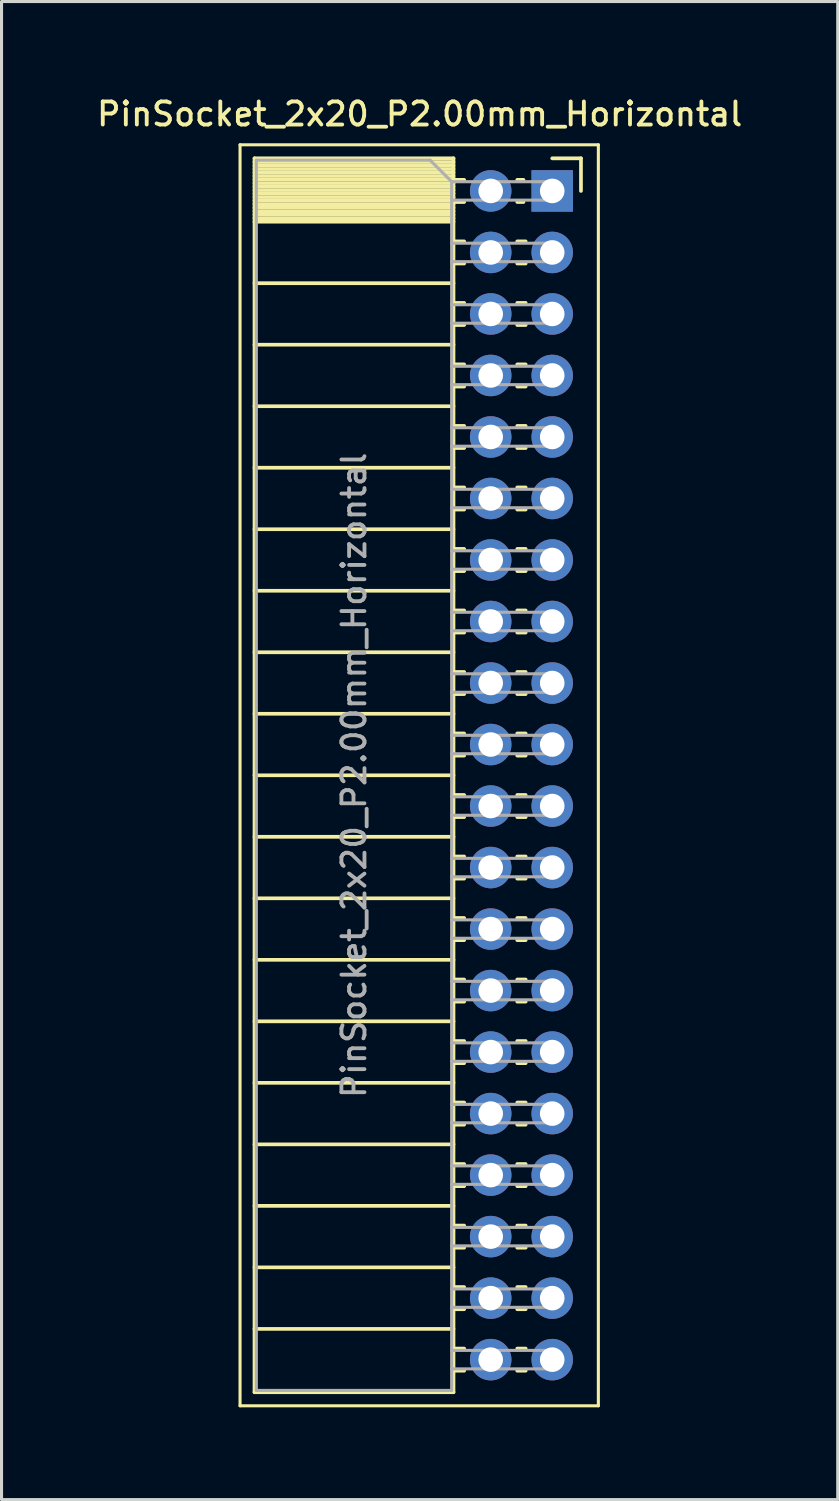
<source format=kicad_pcb>
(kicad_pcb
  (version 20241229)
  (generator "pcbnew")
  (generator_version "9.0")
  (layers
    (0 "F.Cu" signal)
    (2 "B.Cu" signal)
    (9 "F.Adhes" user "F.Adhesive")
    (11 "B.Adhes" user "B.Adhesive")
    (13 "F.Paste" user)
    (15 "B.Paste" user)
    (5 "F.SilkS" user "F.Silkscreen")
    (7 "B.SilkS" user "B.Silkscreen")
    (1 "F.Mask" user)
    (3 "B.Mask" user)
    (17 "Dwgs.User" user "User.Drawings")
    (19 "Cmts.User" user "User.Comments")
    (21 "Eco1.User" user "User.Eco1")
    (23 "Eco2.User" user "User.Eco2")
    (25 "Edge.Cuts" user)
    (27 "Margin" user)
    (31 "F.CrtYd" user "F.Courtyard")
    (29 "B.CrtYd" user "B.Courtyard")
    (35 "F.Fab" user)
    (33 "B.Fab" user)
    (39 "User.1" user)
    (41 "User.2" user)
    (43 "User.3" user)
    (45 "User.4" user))
  (footprint "PinSocket_2x20_P2.00mm_Horizontal"
    (layer "F.Cu")
    (at 14.905 3.158)
    (property "Reference" "PinSocket_2x20_P2.00mm_Horizontal" (at -4.31 -2.5 0) (layer "F.SilkS") (effects (font (size 0.75 0.75) (thickness 0.125))))
    (attr through_hole)
    (fp_line (start -10.15 -1.5) (end -10.15 39.5) (stroke (width 0.1) (type solid)) (layer "F.SilkS"))
    (fp_line (start -10.15 39.5) (end 1.5 39.5) (stroke (width 0.1) (type solid)) (layer "F.SilkS"))
    (fp_line (start -9.68 -1.06) (end -9.68 39.06) (stroke (width 0.12) (type solid)) (layer "F.SilkS"))
    (fp_line (start -9.68 -1.06) (end -3.21 -1.06) (stroke (width 0.12) (type solid)) (layer "F.SilkS"))
    (fp_line (start -9.68 -0.94) (end -3.21 -0.94) (stroke (width 0.12) (type solid)) (layer "F.SilkS"))
    (fp_line (start -9.68 -0.826) (end -3.21 -0.826) (stroke (width 0.12) (type solid)) (layer "F.SilkS"))
    (fp_line (start -9.68 -0.712) (end -3.21 -0.712) (stroke (width 0.12) (type solid)) (layer "F.SilkS"))
    (fp_line (start -9.68 -0.598) (end -3.21 -0.598) (stroke (width 0.12) (type solid)) (layer "F.SilkS"))
    (fp_line (start -9.68 -0.484) (end -3.21 -0.484) (stroke (width 0.12) (type solid)) (layer "F.SilkS"))
    (fp_line (start -9.68 -0.369) (end -3.21 -0.369) (stroke (width 0.12) (type solid)) (layer "F.SilkS"))
    (fp_line (start -9.68 -0.255) (end -3.21 -0.255) (stroke (width 0.12) (type solid)) (layer "F.SilkS"))
    (fp_line (start -9.68 -0.141) (end -3.21 -0.141) (stroke (width 0.12) (type solid)) (layer "F.SilkS"))
    (fp_line (start -9.68 -0.027) (end -3.21 -0.027) (stroke (width 0.12) (type solid)) (layer "F.SilkS"))
    (fp_line (start -9.68 0.087) (end -3.21 0.087) (stroke (width 0.12) (type solid)) (layer "F.SilkS"))
    (fp_line (start -9.68 0.201) (end -3.21 0.201) (stroke (width 0.12) (type solid)) (layer "F.SilkS"))
    (fp_line (start -9.68 0.315) (end -3.21 0.315) (stroke (width 0.12) (type solid)) (layer "F.SilkS"))
    (fp_line (start -9.68 0.429) (end -3.21 0.429) (stroke (width 0.12) (type solid)) (layer "F.SilkS"))
    (fp_line (start -9.68 0.544) (end -3.21 0.544) (stroke (width 0.12) (type solid)) (layer "F.SilkS"))
    (fp_line (start -9.68 0.658) (end -3.21 0.658) (stroke (width 0.12) (type solid)) (layer "F.SilkS"))
    (fp_line (start -9.68 0.772) (end -3.21 0.772) (stroke (width 0.12) (type solid)) (layer "F.SilkS"))
    (fp_line (start -9.68 0.886) (end -3.21 0.886) (stroke (width 0.12) (type solid)) (layer "F.SilkS"))
    (fp_line (start -9.68 1) (end -3.21 1) (stroke (width 0.12) (type solid)) (layer "F.SilkS"))
    (fp_line (start -9.68 3) (end -3.21 3) (stroke (width 0.12) (type solid)) (layer "F.SilkS"))
    (fp_line (start -9.68 5) (end -3.21 5) (stroke (width 0.12) (type solid)) (layer "F.SilkS"))
    (fp_line (start -9.68 7) (end -3.21 7) (stroke (width 0.12) (type solid)) (layer "F.SilkS"))
    (fp_line (start -9.68 9) (end -3.21 9) (stroke (width 0.12) (type solid)) (layer "F.SilkS"))
    (fp_line (start -9.68 11) (end -3.21 11) (stroke (width 0.12) (type solid)) (layer "F.SilkS"))
    (fp_line (start -9.68 13) (end -3.21 13) (stroke (width 0.12) (type solid)) (layer "F.SilkS"))
    (fp_line (start -9.68 15) (end -3.21 15) (stroke (width 0.12) (type solid)) (layer "F.SilkS"))
    (fp_line (start -9.68 17) (end -3.21 17) (stroke (width 0.12) (type solid)) (layer "F.SilkS"))
    (fp_line (start -9.68 19) (end -3.21 19) (stroke (width 0.12) (type solid)) (layer "F.SilkS"))
    (fp_line (start -9.68 21) (end -3.21 21) (stroke (width 0.12) (type solid)) (layer "F.SilkS"))
    (fp_line (start -9.68 23) (end -3.21 23) (stroke (width 0.12) (type solid)) (layer "F.SilkS"))
    (fp_line (start -9.68 25) (end -3.21 25) (stroke (width 0.12) (type solid)) (layer "F.SilkS"))
    (fp_line (start -9.68 27) (end -3.21 27) (stroke (width 0.12) (type solid)) (layer "F.SilkS"))
    (fp_line (start -9.68 29) (end -3.21 29) (stroke (width 0.12) (type solid)) (layer "F.SilkS"))
    (fp_line (start -9.68 31) (end -3.21 31) (stroke (width 0.12) (type solid)) (layer "F.SilkS"))
    (fp_line (start -9.68 33) (end -3.21 33) (stroke (width 0.12) (type solid)) (layer "F.SilkS"))
    (fp_line (start -9.68 35) (end -3.21 35) (stroke (width 0.12) (type solid)) (layer "F.SilkS"))
    (fp_line (start -9.68 37) (end -3.21 37) (stroke (width 0.12) (type solid)) (layer "F.SilkS"))
    (fp_line (start -9.68 39.06) (end -3.21 39.06) (stroke (width 0.12) (type solid)) (layer "F.SilkS"))
    (fp_line (start -3.21 -1.06) (end -3.21 39.06) (stroke (width 0.12) (type solid)) (layer "F.SilkS"))
    (fp_line (start -3.21 -0.36) (end -2.863 -0.36) (stroke (width 0.12) (type solid)) (layer "F.SilkS"))
    (fp_line (start -3.21 0.36) (end -2.863 0.36) (stroke (width 0.12) (type solid)) (layer "F.SilkS"))
    (fp_line (start -3.21 1.64) (end -2.863 1.64) (stroke (width 0.12) (type solid)) (layer "F.SilkS"))
    (fp_line (start -3.21 2.36) (end -2.863 2.36) (stroke (width 0.12) (type solid)) (layer "F.SilkS"))
    (fp_line (start -3.21 3.64) (end -2.863 3.64) (stroke (width 0.12) (type solid)) (layer "F.SilkS"))
    (fp_line (start -3.21 4.36) (end -2.863 4.36) (stroke (width 0.12) (type solid)) (layer "F.SilkS"))
    (fp_line (start -3.21 5.64) (end -2.863 5.64) (stroke (width 0.12) (type solid)) (layer "F.SilkS"))
    (fp_line (start -3.21 6.36) (end -2.863 6.36) (stroke (width 0.12) (type solid)) (layer "F.SilkS"))
    (fp_line (start -3.21 7.64) (end -2.863 7.64) (stroke (width 0.12) (type solid)) (layer "F.SilkS"))
    (fp_line (start -3.21 8.36) (end -2.863 8.36) (stroke (width 0.12) (type solid)) (layer "F.SilkS"))
    (fp_line (start -3.21 9.64) (end -2.863 9.64) (stroke (width 0.12) (type solid)) (layer "F.SilkS"))
    (fp_line (start -3.21 10.36) (end -2.863 10.36) (stroke (width 0.12) (type solid)) (layer "F.SilkS"))
    (fp_line (start -3.21 11.64) (end -2.863 11.64) (stroke (width 0.12) (type solid)) (layer "F.SilkS"))
    (fp_line (start -3.21 12.36) (end -2.863 12.36) (stroke (width 0.12) (type solid)) (layer "F.SilkS"))
    (fp_line (start -3.21 13.64) (end -2.863 13.64) (stroke (width 0.12) (type solid)) (layer "F.SilkS"))
    (fp_line (start -3.21 14.36) (end -2.863 14.36) (stroke (width 0.12) (type solid)) (layer "F.SilkS"))
    (fp_line (start -3.21 15.64) (end -2.863 15.64) (stroke (width 0.12) (type solid)) (layer "F.SilkS"))
    (fp_line (start -3.21 16.36) (end -2.863 16.36) (stroke (width 0.12) (type solid)) (layer "F.SilkS"))
    (fp_line (start -3.21 17.64) (end -2.863 17.64) (stroke (width 0.12) (type solid)) (layer "F.SilkS"))
    (fp_line (start -3.21 18.36) (end -2.863 18.36) (stroke (width 0.12) (type solid)) (layer "F.SilkS"))
    (fp_line (start -3.21 19.64) (end -2.863 19.64) (stroke (width 0.12) (type solid)) (layer "F.SilkS"))
    (fp_line (start -3.21 20.36) (end -2.863 20.36) (stroke (width 0.12) (type solid)) (layer "F.SilkS"))
    (fp_line (start -3.21 21.64) (end -2.863 21.64) (stroke (width 0.12) (type solid)) (layer "F.SilkS"))
    (fp_line (start -3.21 22.36) (end -2.863 22.36) (stroke (width 0.12) (type solid)) (layer "F.SilkS"))
    (fp_line (start -3.21 23.64) (end -2.863 23.64) (stroke (width 0.12) (type solid)) (layer "F.SilkS"))
    (fp_line (start -3.21 24.36) (end -2.863 24.36) (stroke (width 0.12) (type solid)) (layer "F.SilkS"))
    (fp_line (start -3.21 25.64) (end -2.863 25.64) (stroke (width 0.12) (type solid)) (layer "F.SilkS"))
    (fp_line (start -3.21 26.36) (end -2.863 26.36) (stroke (width 0.12) (type solid)) (layer "F.SilkS"))
    (fp_line (start -3.21 27.64) (end -2.863 27.64) (stroke (width 0.12) (type solid)) (layer "F.SilkS"))
    (fp_line (start -3.21 28.36) (end -2.863 28.36) (stroke (width 0.12) (type solid)) (layer "F.SilkS"))
    (fp_line (start -3.21 29.64) (end -2.863 29.64) (stroke (width 0.12) (type solid)) (layer "F.SilkS"))
    (fp_line (start -3.21 30.36) (end -2.863 30.36) (stroke (width 0.12) (type solid)) (layer "F.SilkS"))
    (fp_line (start -3.21 31.64) (end -2.863 31.64) (stroke (width 0.12) (type solid)) (layer "F.SilkS"))
    (fp_line (start -3.21 32.36) (end -2.863 32.36) (stroke (width 0.12) (type solid)) (layer "F.SilkS"))
    (fp_line (start -3.21 33.64) (end -2.863 33.64) (stroke (width 0.12) (type solid)) (layer "F.SilkS"))
    (fp_line (start -3.21 34.36) (end -2.863 34.36) (stroke (width 0.12) (type solid)) (layer "F.SilkS"))
    (fp_line (start -3.21 35.64) (end -2.863 35.64) (stroke (width 0.12) (type solid)) (layer "F.SilkS"))
    (fp_line (start -3.21 36.36) (end -2.863 36.36) (stroke (width 0.12) (type solid)) (layer "F.SilkS"))
    (fp_line (start -3.21 37.64) (end -2.863 37.64) (stroke (width 0.12) (type solid)) (layer "F.SilkS"))
    (fp_line (start -3.21 38.36) (end -2.863 38.36) (stroke (width 0.12) (type solid)) (layer "F.SilkS"))
    (fp_line (start -1.137 -0.36) (end -0.935 -0.36) (stroke (width 0.12) (type solid)) (layer "F.SilkS"))
    (fp_line (start -1.137 0.36) (end -0.935 0.36) (stroke (width 0.12) (type solid)) (layer "F.SilkS"))
    (fp_line (start -1.137 1.64) (end -0.863 1.64) (stroke (width 0.12) (type solid)) (layer "F.SilkS"))
    (fp_line (start -1.137 2.36) (end -0.863 2.36) (stroke (width 0.12) (type solid)) (layer "F.SilkS"))
    (fp_line (start -1.137 3.64) (end -0.863 3.64) (stroke (width 0.12) (type solid)) (layer "F.SilkS"))
    (fp_line (start -1.137 4.36) (end -0.863 4.36) (stroke (width 0.12) (type solid)) (layer "F.SilkS"))
    (fp_line (start -1.137 5.64) (end -0.863 5.64) (stroke (width 0.12) (type solid)) (layer "F.SilkS"))
    (fp_line (start -1.137 6.36) (end -0.863 6.36) (stroke (width 0.12) (type solid)) (layer "F.SilkS"))
    (fp_line (start -1.137 7.64) (end -0.863 7.64) (stroke (width 0.12) (type solid)) (layer "F.SilkS"))
    (fp_line (start -1.137 8.36) (end -0.863 8.36) (stroke (width 0.12) (type solid)) (layer "F.SilkS"))
    (fp_line (start -1.137 9.64) (end -0.863 9.64) (stroke (width 0.12) (type solid)) (layer "F.SilkS"))
    (fp_line (start -1.137 10.36) (end -0.863 10.36) (stroke (width 0.12) (type solid)) (layer "F.SilkS"))
    (fp_line (start -1.137 11.64) (end -0.863 11.64) (stroke (width 0.12) (type solid)) (layer "F.SilkS"))
    (fp_line (start -1.137 12.36) (end -0.863 12.36) (stroke (width 0.12) (type solid)) (layer "F.SilkS"))
    (fp_line (start -1.137 13.64) (end -0.863 13.64) (stroke (width 0.12) (type solid)) (layer "F.SilkS"))
    (fp_line (start -1.137 14.36) (end -0.863 14.36) (stroke (width 0.12) (type solid)) (layer "F.SilkS"))
    (fp_line (start -1.137 15.64) (end -0.863 15.64) (stroke (width 0.12) (type solid)) (layer "F.SilkS"))
    (fp_line (start -1.137 16.36) (end -0.863 16.36) (stroke (width 0.12) (type solid)) (layer "F.SilkS"))
    (fp_line (start -1.137 17.64) (end -0.863 17.64) (stroke (width 0.12) (type solid)) (layer "F.SilkS"))
    (fp_line (start -1.137 18.36) (end -0.863 18.36) (stroke (width 0.12) (type solid)) (layer "F.SilkS"))
    (fp_line (start -1.137 19.64) (end -0.863 19.64) (stroke (width 0.12) (type solid)) (layer "F.SilkS"))
    (fp_line (start -1.137 20.36) (end -0.863 20.36) (stroke (width 0.12) (type solid)) (layer "F.SilkS"))
    (fp_line (start -1.137 21.64) (end -0.863 21.64) (stroke (width 0.12) (type solid)) (layer "F.SilkS"))
    (fp_line (start -1.137 22.36) (end -0.863 22.36) (stroke (width 0.12) (type solid)) (layer "F.SilkS"))
    (fp_line (start -1.137 23.64) (end -0.863 23.64) (stroke (width 0.12) (type solid)) (layer "F.SilkS"))
    (fp_line (start -1.137 24.36) (end -0.863 24.36) (stroke (width 0.12) (type solid)) (layer "F.SilkS"))
    (fp_line (start -1.137 25.64) (end -0.863 25.64) (stroke (width 0.12) (type solid)) (layer "F.SilkS"))
    (fp_line (start -1.137 26.36) (end -0.863 26.36) (stroke (width 0.12) (type solid)) (layer "F.SilkS"))
    (fp_line (start -1.137 27.64) (end -0.863 27.64) (stroke (width 0.12) (type solid)) (layer "F.SilkS"))
    (fp_line (start -1.137 28.36) (end -0.863 28.36) (stroke (width 0.12) (type solid)) (layer "F.SilkS"))
    (fp_line (start -1.137 29.64) (end -0.863 29.64) (stroke (width 0.12) (type solid)) (layer "F.SilkS"))
    (fp_line (start -1.137 30.36) (end -0.863 30.36) (stroke (width 0.12) (type solid)) (layer "F.SilkS"))
    (fp_line (start -1.137 31.64) (end -0.863 31.64) (stroke (width 0.12) (type solid)) (layer "F.SilkS"))
    (fp_line (start -1.137 32.36) (end -0.863 32.36) (stroke (width 0.12) (type solid)) (layer "F.SilkS"))
    (fp_line (start -1.137 33.64) (end -0.863 33.64) (stroke (width 0.12) (type solid)) (layer "F.SilkS"))
    (fp_line (start -1.137 34.36) (end -0.863 34.36) (stroke (width 0.12) (type solid)) (layer "F.SilkS"))
    (fp_line (start -1.137 35.64) (end -0.863 35.64) (stroke (width 0.12) (type solid)) (layer "F.SilkS"))
    (fp_line (start -1.137 36.36) (end -0.863 36.36) (stroke (width 0.12) (type solid)) (layer "F.SilkS"))
    (fp_line (start -1.137 37.64) (end -0.863 37.64) (stroke (width 0.12) (type solid)) (layer "F.SilkS"))
    (fp_line (start -1.137 38.36) (end -0.863 38.36) (stroke (width 0.12) (type solid)) (layer "F.SilkS"))
    (fp_line (start 0 -1.06) (end 0.935 -1.06) (stroke (width 0.12) (type solid)) (layer "F.SilkS"))
    (fp_line (start 0.935 -1.06) (end 0.935 0) (stroke (width 0.12) (type solid)) (layer "F.SilkS"))
    (fp_line (start 1.5 -1.5) (end -10.15 -1.5) (stroke (width 0.1) (type solid)) (layer "F.SilkS"))
    (fp_line (start 1.5 39.5) (end 1.5 -1.5) (stroke (width 0.1) (type solid)) (layer "F.SilkS"))
    (fp_line (start -9.62 -1) (end -3.97 -1) (stroke (width 0.1) (type solid)) (layer "F.Fab"))
    (fp_line (start -9.62 39) (end -9.62 -1) (stroke (width 0.1) (type solid)) (layer "F.Fab"))
    (fp_line (start -3.97 -1) (end -3.27 -0.3) (stroke (width 0.1) (type solid)) (layer "F.Fab"))
    (fp_line (start -3.27 -0.3) (end -3.27 39) (stroke (width 0.1) (type solid)) (layer "F.Fab"))
    (fp_line (start -3.27 0.3) (end 0 0.3) (stroke (width 0.1) (type solid)) (layer "F.Fab"))
    (fp_line (start -3.27 2.3) (end 0 2.3) (stroke (width 0.1) (type solid)) (layer "F.Fab"))
    (fp_line (start -3.27 4.3) (end 0 4.3) (stroke (width 0.1) (type solid)) (layer "F.Fab"))
    (fp_line (start -3.27 6.3) (end 0 6.3) (stroke (width 0.1) (type solid)) (layer "F.Fab"))
    (fp_line (start -3.27 8.3) (end 0 8.3) (stroke (width 0.1) (type solid)) (layer "F.Fab"))
    (fp_line (start -3.27 10.3) (end 0 10.3) (stroke (width 0.1) (type solid)) (layer "F.Fab"))
    (fp_line (start -3.27 12.3) (end 0 12.3) (stroke (width 0.1) (type solid)) (layer "F.Fab"))
    (fp_line (start -3.27 14.3) (end 0 14.3) (stroke (width 0.1) (type solid)) (layer "F.Fab"))
    (fp_line (start -3.27 16.3) (end 0 16.3) (stroke (width 0.1) (type solid)) (layer "F.Fab"))
    (fp_line (start -3.27 18.3) (end 0 18.3) (stroke (width 0.1) (type solid)) (layer "F.Fab"))
    (fp_line (start -3.27 20.3) (end 0 20.3) (stroke (width 0.1) (type solid)) (layer "F.Fab"))
    (fp_line (start -3.27 22.3) (end 0 22.3) (stroke (width 0.1) (type solid)) (layer "F.Fab"))
    (fp_line (start -3.27 24.3) (end 0 24.3) (stroke (width 0.1) (type solid)) (layer "F.Fab"))
    (fp_line (start -3.27 26.3) (end 0 26.3) (stroke (width 0.1) (type solid)) (layer "F.Fab"))
    (fp_line (start -3.27 28.3) (end 0 28.3) (stroke (width 0.1) (type solid)) (layer "F.Fab"))
    (fp_line (start -3.27 30.3) (end 0 30.3) (stroke (width 0.1) (type solid)) (layer "F.Fab"))
    (fp_line (start -3.27 32.3) (end 0 32.3) (stroke (width 0.1) (type solid)) (layer "F.Fab"))
    (fp_line (start -3.27 34.3) (end 0 34.3) (stroke (width 0.1) (type solid)) (layer "F.Fab"))
    (fp_line (start -3.27 36.3) (end 0 36.3) (stroke (width 0.1) (type solid)) (layer "F.Fab"))
    (fp_line (start -3.27 38.3) (end 0 38.3) (stroke (width 0.1) (type solid)) (layer "F.Fab"))
    (fp_line (start -3.27 39) (end -9.62 39) (stroke (width 0.1) (type solid)) (layer "F.Fab"))
    (fp_line (start 0 -0.3) (end -3.27 -0.3) (stroke (width 0.1) (type solid)) (layer "F.Fab"))
    (fp_line (start 0 0.3) (end 0 -0.3) (stroke (width 0.1) (type solid)) (layer "F.Fab"))
    (fp_line (start 0 1.7) (end -3.27 1.7) (stroke (width 0.1) (type solid)) (layer "F.Fab"))
    (fp_line (start 0 2.3) (end 0 1.7) (stroke (width 0.1) (type solid)) (layer "F.Fab"))
    (fp_line (start 0 3.7) (end -3.27 3.7) (stroke (width 0.1) (type solid)) (layer "F.Fab"))
    (fp_line (start 0 4.3) (end 0 3.7) (stroke (width 0.1) (type solid)) (layer "F.Fab"))
    (fp_line (start 0 5.7) (end -3.27 5.7) (stroke (width 0.1) (type solid)) (layer "F.Fab"))
    (fp_line (start 0 6.3) (end 0 5.7) (stroke (width 0.1) (type solid)) (layer "F.Fab"))
    (fp_line (start 0 7.7) (end -3.27 7.7) (stroke (width 0.1) (type solid)) (layer "F.Fab"))
    (fp_line (start 0 8.3) (end 0 7.7) (stroke (width 0.1) (type solid)) (layer "F.Fab"))
    (fp_line (start 0 9.7) (end -3.27 9.7) (stroke (width 0.1) (type solid)) (layer "F.Fab"))
    (fp_line (start 0 10.3) (end 0 9.7) (stroke (width 0.1) (type solid)) (layer "F.Fab"))
    (fp_line (start 0 11.7) (end -3.27 11.7) (stroke (width 0.1) (type solid)) (layer "F.Fab"))
    (fp_line (start 0 12.3) (end 0 11.7) (stroke (width 0.1) (type solid)) (layer "F.Fab"))
    (fp_line (start 0 13.7) (end -3.27 13.7) (stroke (width 0.1) (type solid)) (layer "F.Fab"))
    (fp_line (start 0 14.3) (end 0 13.7) (stroke (width 0.1) (type solid)) (layer "F.Fab"))
    (fp_line (start 0 15.7) (end -3.27 15.7) (stroke (width 0.1) (type solid)) (layer "F.Fab"))
    (fp_line (start 0 16.3) (end 0 15.7) (stroke (width 0.1) (type solid)) (layer "F.Fab"))
    (fp_line (start 0 17.7) (end -3.27 17.7) (stroke (width 0.1) (type solid)) (layer "F.Fab"))
    (fp_line (start 0 18.3) (end 0 17.7) (stroke (width 0.1) (type solid)) (layer "F.Fab"))
    (fp_line (start 0 19.7) (end -3.27 19.7) (stroke (width 0.1) (type solid)) (layer "F.Fab"))
    (fp_line (start 0 20.3) (end 0 19.7) (stroke (width 0.1) (type solid)) (layer "F.Fab"))
    (fp_line (start 0 21.7) (end -3.27 21.7) (stroke (width 0.1) (type solid)) (layer "F.Fab"))
    (fp_line (start 0 22.3) (end 0 21.7) (stroke (width 0.1) (type solid)) (layer "F.Fab"))
    (fp_line (start 0 23.7) (end -3.27 23.7) (stroke (width 0.1) (type solid)) (layer "F.Fab"))
    (fp_line (start 0 24.3) (end 0 23.7) (stroke (width 0.1) (type solid)) (layer "F.Fab"))
    (fp_line (start 0 25.7) (end -3.27 25.7) (stroke (width 0.1) (type solid)) (layer "F.Fab"))
    (fp_line (start 0 26.3) (end 0 25.7) (stroke (width 0.1) (type solid)) (layer "F.Fab"))
    (fp_line (start 0 27.7) (end -3.27 27.7) (stroke (width 0.1) (type solid)) (layer "F.Fab"))
    (fp_line (start 0 28.3) (end 0 27.7) (stroke (width 0.1) (type solid)) (layer "F.Fab"))
    (fp_line (start 0 29.7) (end -3.27 29.7) (stroke (width 0.1) (type solid)) (layer "F.Fab"))
    (fp_line (start 0 30.3) (end 0 29.7) (stroke (width 0.1) (type solid)) (layer "F.Fab"))
    (fp_line (start 0 31.7) (end -3.27 31.7) (stroke (width 0.1) (type solid)) (layer "F.Fab"))
    (fp_line (start 0 32.3) (end 0 31.7) (stroke (width 0.1) (type solid)) (layer "F.Fab"))
    (fp_line (start 0 33.7) (end -3.27 33.7) (stroke (width 0.1) (type solid)) (layer "F.Fab"))
    (fp_line (start 0 34.3) (end 0 33.7) (stroke (width 0.1) (type solid)) (layer "F.Fab"))
    (fp_line (start 0 35.7) (end -3.27 35.7) (stroke (width 0.1) (type solid)) (layer "F.Fab"))
    (fp_line (start 0 36.3) (end 0 35.7) (stroke (width 0.1) (type solid)) (layer "F.Fab"))
    (fp_line (start 0 37.7) (end -3.27 37.7) (stroke (width 0.1) (type solid)) (layer "F.Fab"))
    (fp_line (start 0 38.3) (end 0 37.7) (stroke (width 0.1) (type solid)) (layer "F.Fab"))
    (fp_text user "${REFERENCE}" (at -6.445 19 90) (layer "F.Fab") (effects (font (size 0.75 0.75) (thickness 0.125))))
    (pad "1" thru_hole rect (at 0 0) (size 1.35 1.35) (drill 0.8) (layers "*.Cu" "*.Mask"))
    (pad "2" thru_hole oval (at -2 0) (size 1.35 1.35) (drill 0.8) (layers "*.Cu" "*.Mask"))
    (pad "3" thru_hole oval (at 0 2) (size 1.35 1.35) (drill 0.8) (layers "*.Cu" "*.Mask"))
    (pad "4" thru_hole oval (at -2 2) (size 1.35 1.35) (drill 0.8) (layers "*.Cu" "*.Mask"))
    (pad "5" thru_hole oval (at 0 4) (size 1.35 1.35) (drill 0.8) (layers "*.Cu" "*.Mask"))
    (pad "6" thru_hole oval (at -2 4) (size 1.35 1.35) (drill 0.8) (layers "*.Cu" "*.Mask"))
    (pad "7" thru_hole oval (at 0 6) (size 1.35 1.35) (drill 0.8) (layers "*.Cu" "*.Mask"))
    (pad "8" thru_hole oval (at -2 6) (size 1.35 1.35) (drill 0.8) (layers "*.Cu" "*.Mask"))
    (pad "9" thru_hole oval (at 0 8) (size 1.35 1.35) (drill 0.8) (layers "*.Cu" "*.Mask"))
    (pad "10" thru_hole oval (at -2 8) (size 1.35 1.35) (drill 0.8) (layers "*.Cu" "*.Mask"))
    (pad "11" thru_hole oval (at 0 10) (size 1.35 1.35) (drill 0.8) (layers "*.Cu" "*.Mask"))
    (pad "12" thru_hole oval (at -2 10) (size 1.35 1.35) (drill 0.8) (layers "*.Cu" "*.Mask"))
    (pad "13" thru_hole oval (at 0 12) (size 1.35 1.35) (drill 0.8) (layers "*.Cu" "*.Mask"))
    (pad "14" thru_hole oval (at -2 12) (size 1.35 1.35) (drill 0.8) (layers "*.Cu" "*.Mask"))
    (pad "15" thru_hole oval (at 0 14) (size 1.35 1.35) (drill 0.8) (layers "*.Cu" "*.Mask"))
    (pad "16" thru_hole oval (at -2 14) (size 1.35 1.35) (drill 0.8) (layers "*.Cu" "*.Mask"))
    (pad "17" thru_hole oval (at 0 16) (size 1.35 1.35) (drill 0.8) (layers "*.Cu" "*.Mask"))
    (pad "18" thru_hole oval (at -2 16) (size 1.35 1.35) (drill 0.8) (layers "*.Cu" "*.Mask"))
    (pad "19" thru_hole oval (at 0 18) (size 1.35 1.35) (drill 0.8) (layers "*.Cu" "*.Mask"))
    (pad "20" thru_hole oval (at -2 18) (size 1.35 1.35) (drill 0.8) (layers "*.Cu" "*.Mask"))
    (pad "21" thru_hole oval (at 0 20) (size 1.35 1.35) (drill 0.8) (layers "*.Cu" "*.Mask"))
    (pad "22" thru_hole oval (at -2 20) (size 1.35 1.35) (drill 0.8) (layers "*.Cu" "*.Mask"))
    (pad "23" thru_hole oval (at 0 22) (size 1.35 1.35) (drill 0.8) (layers "*.Cu" "*.Mask"))
    (pad "24" thru_hole oval (at -2 22) (size 1.35 1.35) (drill 0.8) (layers "*.Cu" "*.Mask"))
    (pad "25" thru_hole oval (at 0 24) (size 1.35 1.35) (drill 0.8) (layers "*.Cu" "*.Mask"))
    (pad "26" thru_hole oval (at -2 24) (size 1.35 1.35) (drill 0.8) (layers "*.Cu" "*.Mask"))
    (pad "27" thru_hole oval (at 0 26) (size 1.35 1.35) (drill 0.8) (layers "*.Cu" "*.Mask"))
    (pad "28" thru_hole oval (at -2 26) (size 1.35 1.35) (drill 0.8) (layers "*.Cu" "*.Mask"))
    (pad "29" thru_hole oval (at 0 28) (size 1.35 1.35) (drill 0.8) (layers "*.Cu" "*.Mask"))
    (pad "30" thru_hole oval (at -2 28) (size 1.35 1.35) (drill 0.8) (layers "*.Cu" "*.Mask"))
    (pad "31" thru_hole oval (at 0 30) (size 1.35 1.35) (drill 0.8) (layers "*.Cu" "*.Mask"))
    (pad "32" thru_hole oval (at -2 30) (size 1.35 1.35) (drill 0.8) (layers "*.Cu" "*.Mask"))
    (pad "33" thru_hole oval (at 0 32) (size 1.35 1.35) (drill 0.8) (layers "*.Cu" "*.Mask"))
    (pad "34" thru_hole oval (at -2 32) (size 1.35 1.35) (drill 0.8) (layers "*.Cu" "*.Mask"))
    (pad "35" thru_hole oval (at 0 34) (size 1.35 1.35) (drill 0.8) (layers "*.Cu" "*.Mask"))
    (pad "36" thru_hole oval (at -2 34) (size 1.35 1.35) (drill 0.8) (layers "*.Cu" "*.Mask"))
    (pad "37" thru_hole oval (at 0 36) (size 1.35 1.35) (drill 0.8) (layers "*.Cu" "*.Mask"))
    (pad "38" thru_hole oval (at -2 36) (size 1.35 1.35) (drill 0.8) (layers "*.Cu" "*.Mask"))
    (pad "39" thru_hole oval (at 0 38) (size 1.35 1.35) (drill 0.8) (layers "*.Cu" "*.Mask"))
    (pad "40" thru_hole oval (at -2 38) (size 1.35 1.35) (drill 0.8) (layers "*.Cu" "*.Mask")))
  (gr_rect
    (start -3 -3)
    (end 24.189 45.708)
    (stroke (width 0.1) (type default))
    (fill no)
    (layer "Edge.Cuts")))
</source>
